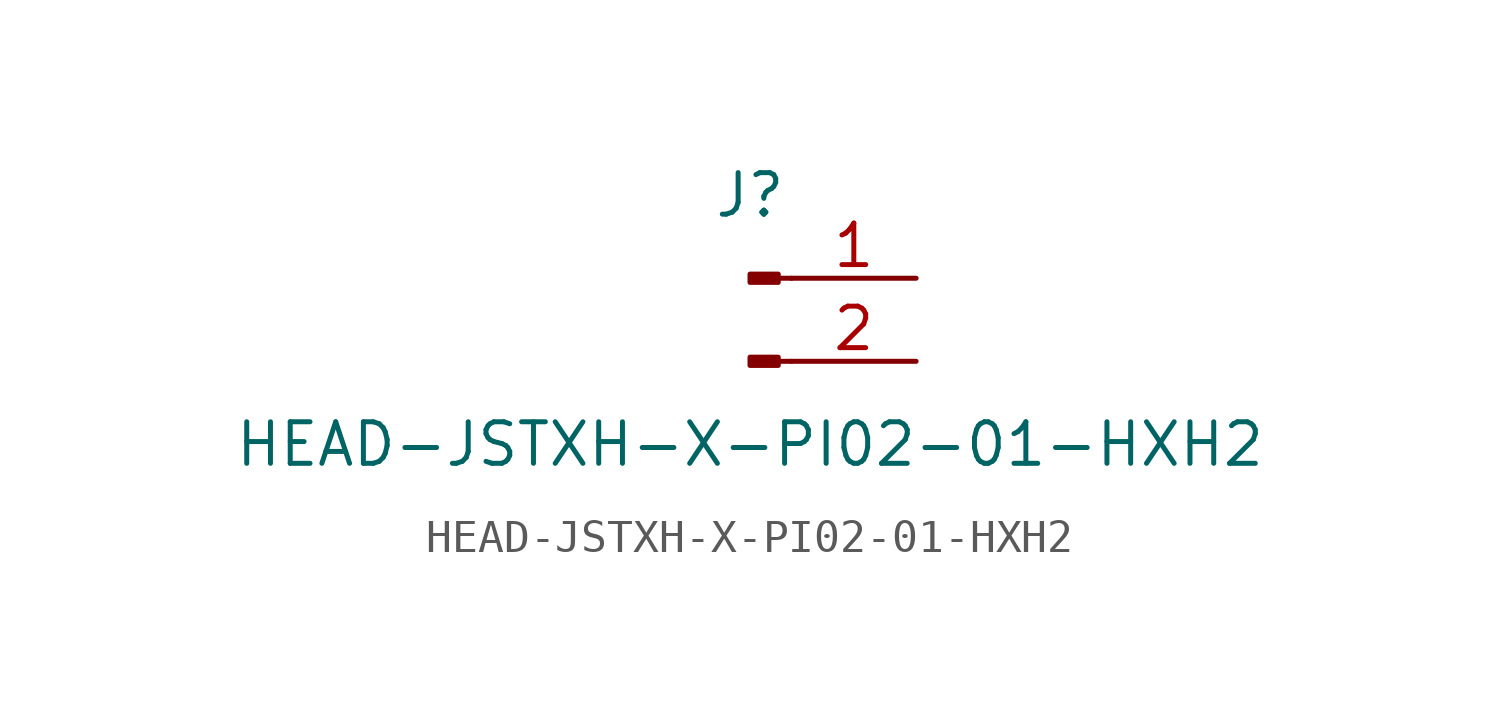
<source format=kicad_sym>
(kicad_symbol_lib
  (version 20211014)
  (generator kicad_symbol_editor)
  (symbol "HEAD-JSTXH-X-PI02-01-HXH2"
    (pin_names
      (offset 1.016) hide)
    (property "Reference" "J"
      (at 0 2.54 0)
      (effects (font (size 1.27 1.27))))
    (property "Value" "HEAD-JSTXH-X-PI02-01-HXH2"
      (at 0 -5.08 0)
      (effects (font (size 1.27 1.27))))
    (symbol "HEAD-JSTXH-X-PI02-01-HXH2_1_1"
      (polyline (pts (xy 1.27 -2.54) (xy 0.864 -2.54)) (stroke (width 0.152) (type default) (color 0 0 0 0)) (fill (type none)))
      (polyline (pts (xy 1.27 0) (xy 0.864 0)) (stroke (width 0.152) (type default) (color 0 0 0 0)) (fill (type none)))
      (rectangle (start 0.864 -2.413) (end 0 -2.667) (stroke (width 0.152) (type default) (color 0 0 0 0)) (fill (type outline)))
      (rectangle (start 0.864 0.127) (end 0 -0.127) (stroke (width 0.152) (type default) (color 0 0 0 0)) (fill (type outline)))
      (pin passive line (at 5.08 0 180) (length 3.81) (name "Pin_1" (effects (font (size 1.27 1.27)))) (number "1" (effects (font (size 1.27 1.27)))))
      (pin passive line (at 5.08 -2.54 180) (length 3.81) (name "Pin_2" (effects (font (size 1.27 1.27)))) (number "2" (effects (font (size 1.27 1.27))))))))
</source>
